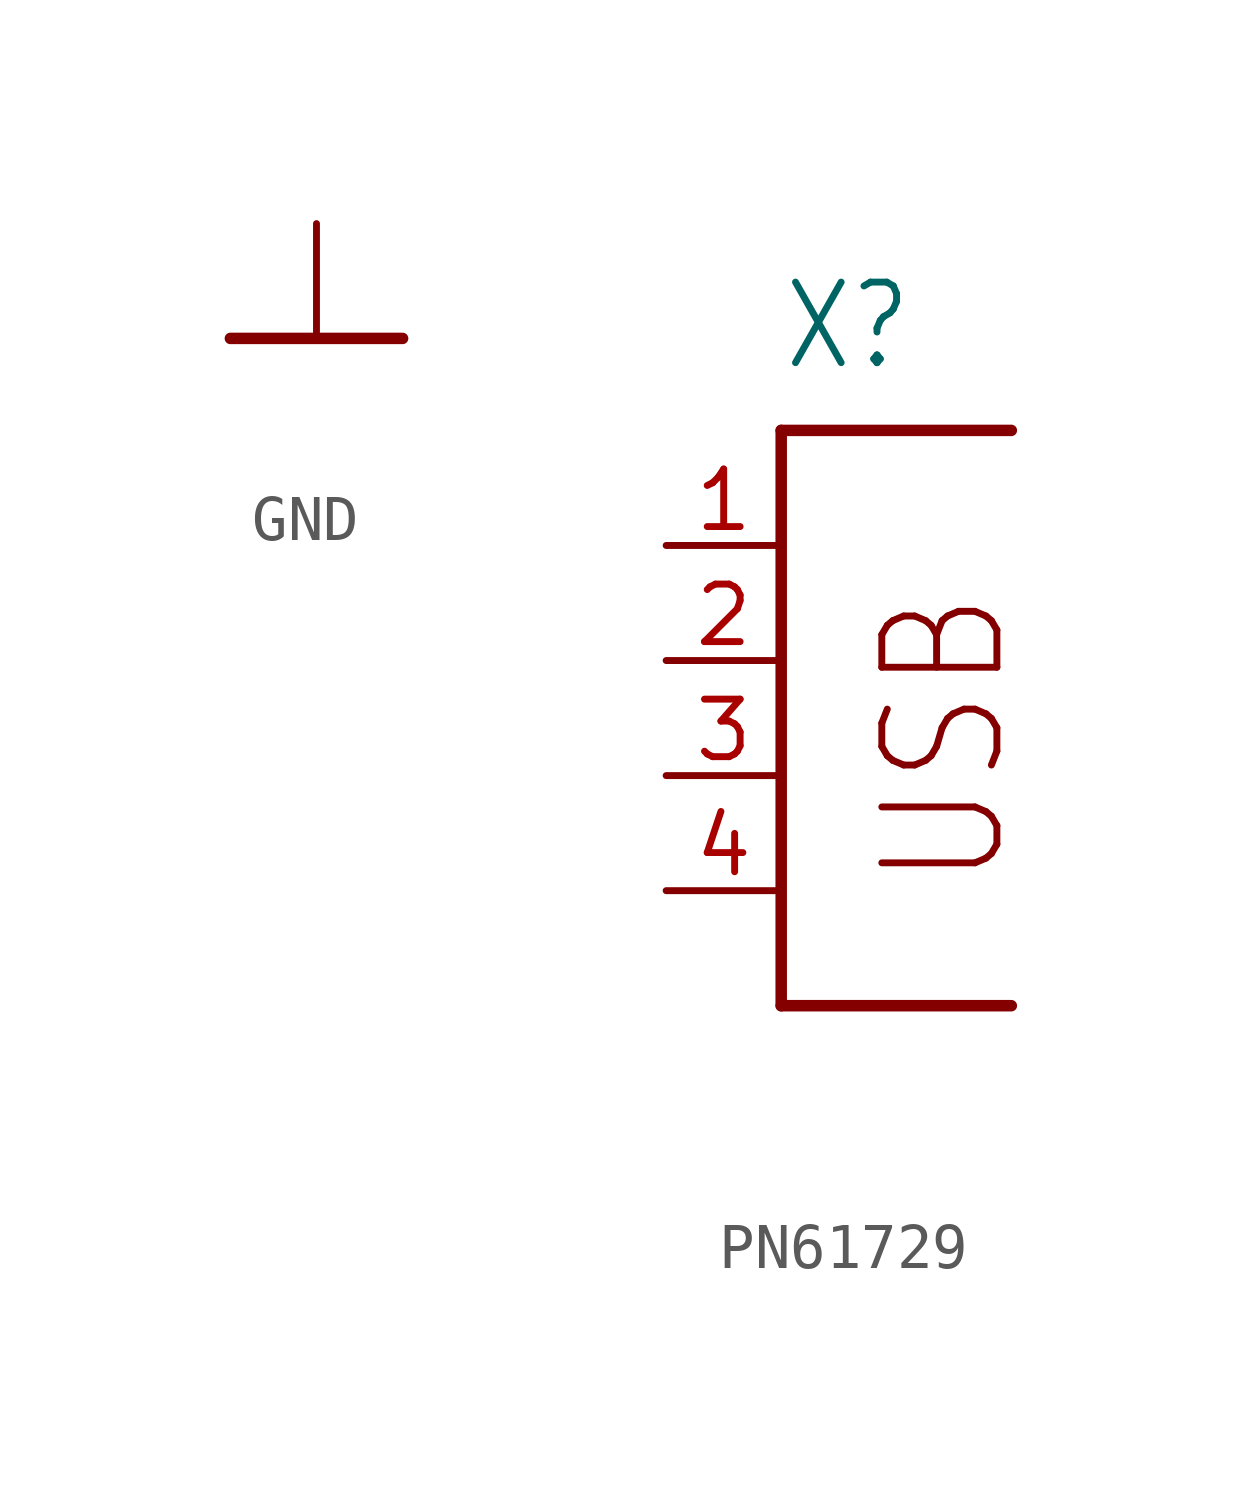
<source format=kicad_sym>
(kicad_symbol_lib
  (version 20220914)
  (generator kicad_symbol_editor)
  (symbol "GND"
    (power)
    (property "Reference" "#GND"
      (at 0 0 0)
      (effects (font (size 1.27 1.27)) hide))
    (property "Value" ""
      (at -2.54 -2.54 0)
      (effects (font (size 1.778 1.511)) (justify left bottom)))
    (property "ki_locked" ""
      (at 0 0 0)
      (effects (font (size 1.27 1.27))))
    (symbol "GND_1_0"
      (polyline (pts (xy -1.905 0) (xy 1.905 0)) (stroke (width 0.254) (type solid)) (fill (type none)))
      (pin power_in line (at 0 2.54 270) (length 2.54) (name "GND" (effects (font (size 0 0)))) (number "1" (effects (font (size 0 0)))))))
  (symbol "PN61729"
    (property "Reference" "X"
      (at 0 8.89 0)
      (effects (font (size 1.778 1.511)) (justify left bottom)))
    (property "Value" ""
      (at 0 -7.62 0)
      (effects (font (size 1.778 1.511)) (justify left bottom)))
    (property "ki_locked" ""
      (at 0 0 0)
      (effects (font (size 1.27 1.27))))
    (symbol "PN61729_1_0"
      (polyline (pts (xy 0 -5.08) (xy 5.08 -5.08)) (stroke (width 0.254) (type solid)) (fill (type none)))
      (polyline (pts (xy 0 7.62) (xy 0 -5.08)) (stroke (width 0.254) (type solid)) (fill (type none)))
      (polyline (pts (xy 0 7.62) (xy 5.08 7.62)) (stroke (width 0.254) (type solid)) (fill (type none)))
      (text "USB" (at 5.08 -2.54 900) (effects (font (size 2.54 2.159)) (justify left bottom)))
      (pin bidirectional line (at -2.54 5.08 0) (length 2.54) (name "1" (effects (font (size 0 0)))) (number "1" (effects (font (size 1.27 1.27)))))
      (pin bidirectional line (at -2.54 2.54 0) (length 2.54) (name "2" (effects (font (size 0 0)))) (number "2" (effects (font (size 1.27 1.27)))))
      (pin bidirectional line (at -2.54 0 0) (length 2.54) (name "3" (effects (font (size 0 0)))) (number "3" (effects (font (size 1.27 1.27)))))
      (pin bidirectional line (at -2.54 -2.54 0) (length 2.54) (name "4" (effects (font (size 0 0)))) (number "4" (effects (font (size 1.27 1.27))))))))
</source>
